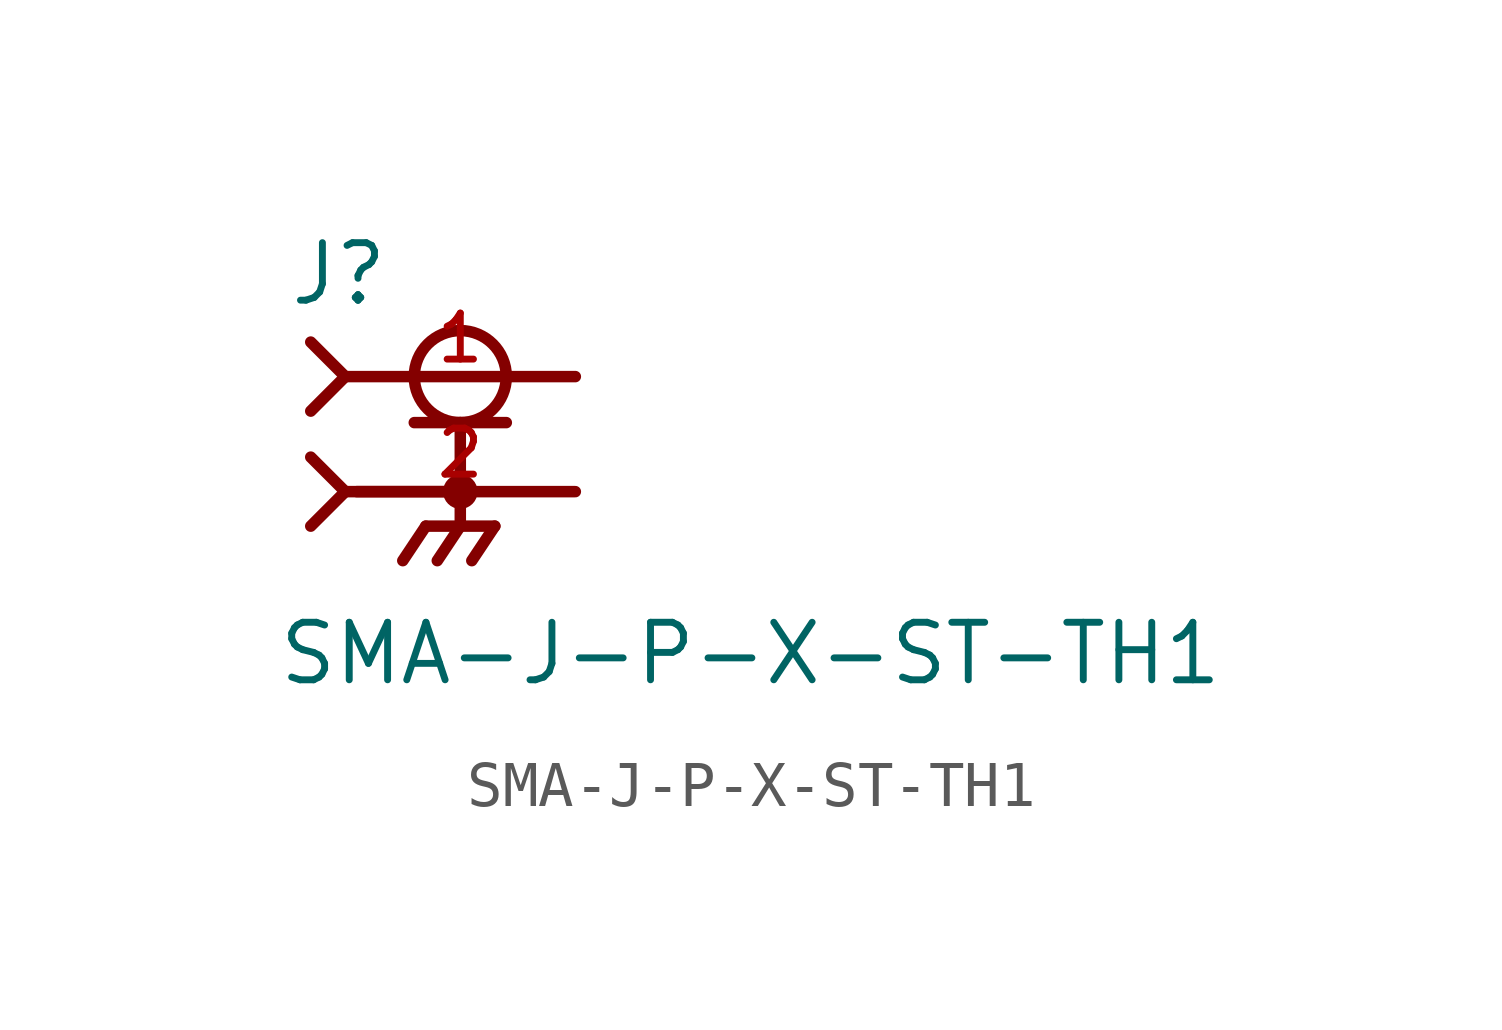
<source format=kicad_sym>
(kicad_symbol_lib
  (version 20211014)
  (generator kicad_symbol_editor)
  (symbol "SMA-J-P-X-ST-TH1"
    (pin_names
      (offset 1.016))
    (property "Reference" "J"
      (at -3.81 4.064 0)
      (effects (font (size 1.27 1.27)) (justify bottom left)))
    (property "Value" "SMA-J-P-X-ST-TH1"
      (at -4.064 -4.318 0)
      (effects (font (size 1.27 1.27)) (justify bottom left)))
    (symbol "SMA-J-P-X-ST-TH1_0_0"
      (circle (center 0.0 2.54) (radius 1.016) (stroke (width 0.254)) (fill (type none)))
      (polyline (pts (xy -1.016 1.524) (xy 0.0 1.524)) (stroke (width 0.254)))
      (polyline (pts (xy 0.0 1.524) (xy 1.016 1.524)) (stroke (width 0.254)))
      (polyline (pts (xy 0.0 0.0) (xy -2.286 0.0)) (stroke (width 0.254)))
      (polyline (pts (xy -3.302 3.302) (xy -2.54 2.54)) (stroke (width 0.254)))
      (polyline (pts (xy -3.302 1.778) (xy -2.54 2.54)) (stroke (width 0.254)))
      (polyline (pts (xy 0.0 1.524) (xy 0.0 0.0)) (stroke (width 0.254)))
      (circle (center 0.0 0.0) (radius 0.254) (stroke (width 0.254)) (fill (type none)))
      (polyline (pts (xy -2.54 2.54) (xy 2.54 2.54)) (stroke (width 0.254)))
      (polyline (pts (xy 2.54 0.0) (xy 0.0 0.0)) (stroke (width 0.254)))
      (polyline (pts (xy 0.0 0.0) (xy 0.0 -0.762)) (stroke (width 0.254)))
      (polyline (pts (xy 0.0 -0.762) (xy -0.762 -0.762)) (stroke (width 0.254)))
      (polyline (pts (xy 0.0 -0.762) (xy 0.762 -0.762)) (stroke (width 0.254)))
      (polyline (pts (xy -0.762 -0.762) (xy -1.27 -1.524)) (stroke (width 0.254)))
      (polyline (pts (xy 0.0 -0.762) (xy -0.508 -1.524)) (stroke (width 0.254)))
      (polyline (pts (xy 0.762 -0.762) (xy 0.254 -1.524)) (stroke (width 0.254)))
      (polyline (pts (xy -3.302 0.762) (xy -2.54 0.0)) (stroke (width 0.254)))
      (polyline (pts (xy -3.302 -0.762) (xy -2.54 0.0)) (stroke (width 0.254)))
      (polyline (pts (xy -2.54 0.0) (xy 0.0 0.0)) (stroke (width 0.254)))
      (pin passive line (at 2.54 2.54 180.0) (length 5.08) (name "~" (effects (font (size 1.016 1.016)))) (number "1" (effects (font (size 1.016 1.016)))))
      (pin passive line (at 2.54 0.0 180.0) (length 5.08) (name "~" (effects (font (size 1.016 1.016)))) (number "2" (effects (font (size 1.016 1.016))))))))
</source>
